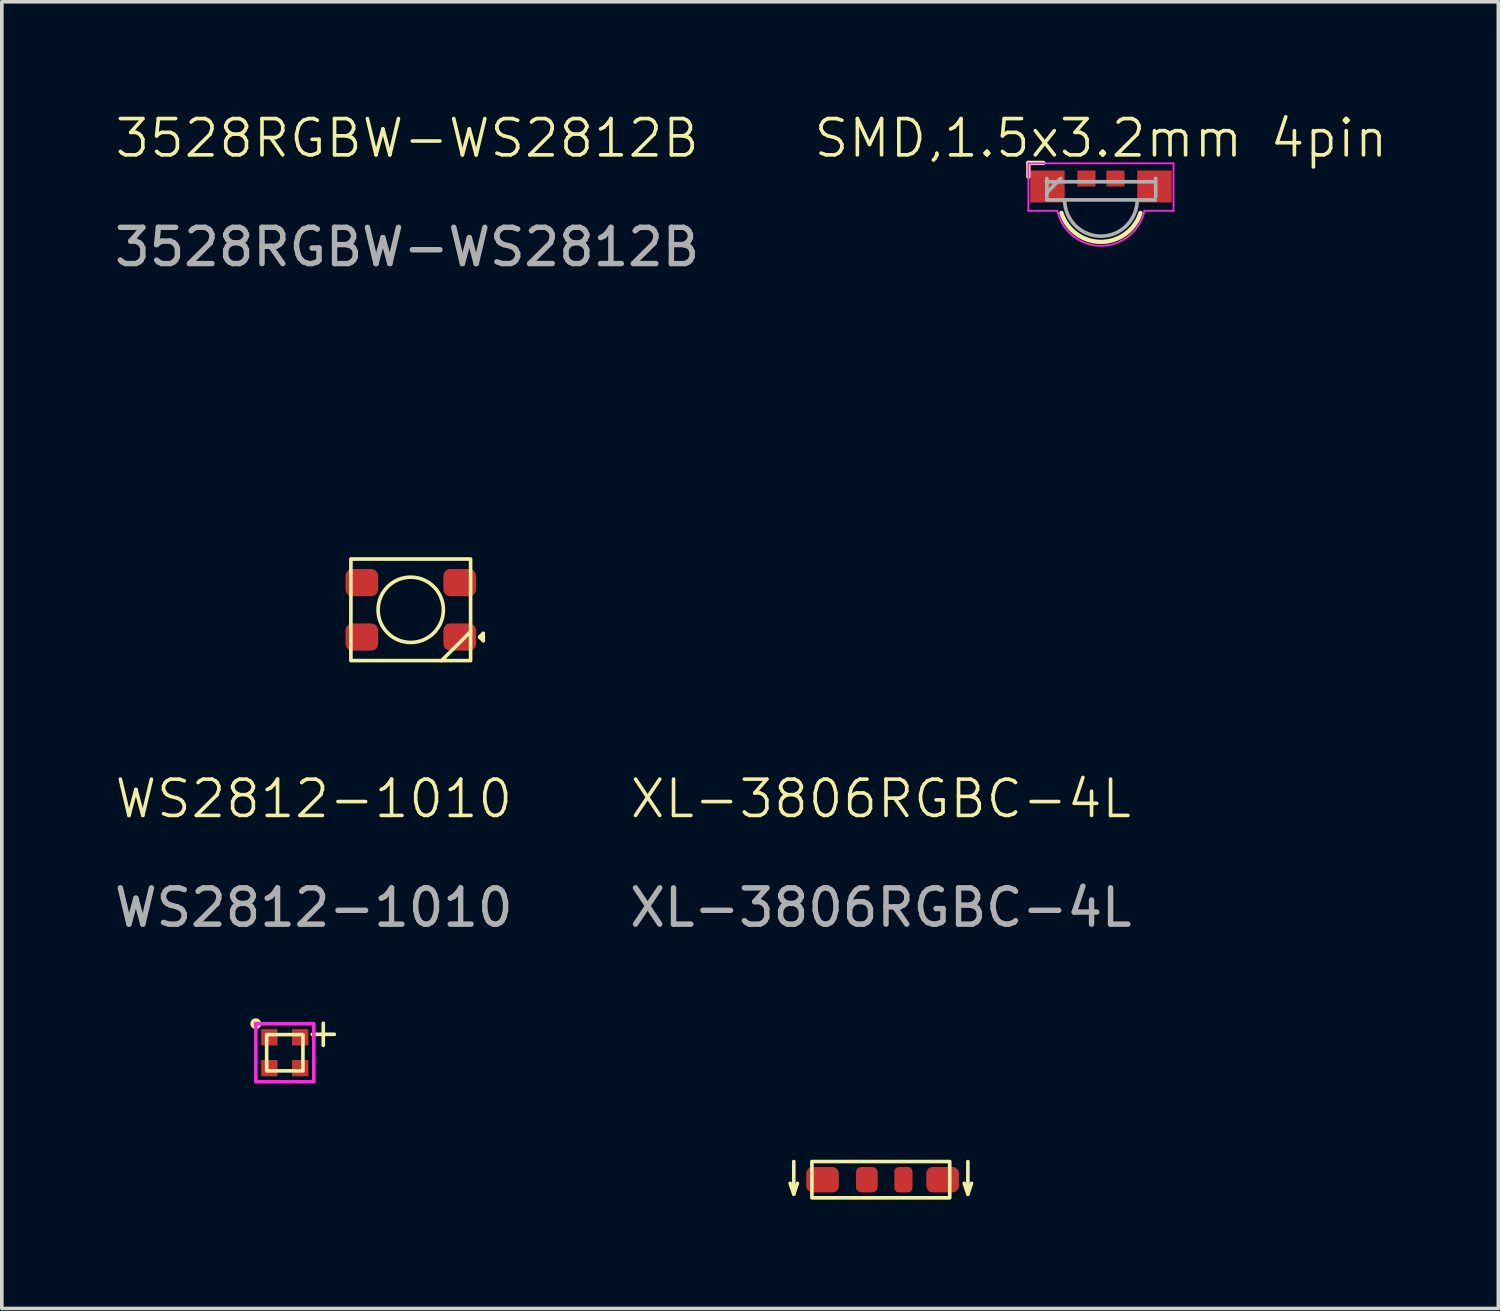
<source format=kicad_pcb>
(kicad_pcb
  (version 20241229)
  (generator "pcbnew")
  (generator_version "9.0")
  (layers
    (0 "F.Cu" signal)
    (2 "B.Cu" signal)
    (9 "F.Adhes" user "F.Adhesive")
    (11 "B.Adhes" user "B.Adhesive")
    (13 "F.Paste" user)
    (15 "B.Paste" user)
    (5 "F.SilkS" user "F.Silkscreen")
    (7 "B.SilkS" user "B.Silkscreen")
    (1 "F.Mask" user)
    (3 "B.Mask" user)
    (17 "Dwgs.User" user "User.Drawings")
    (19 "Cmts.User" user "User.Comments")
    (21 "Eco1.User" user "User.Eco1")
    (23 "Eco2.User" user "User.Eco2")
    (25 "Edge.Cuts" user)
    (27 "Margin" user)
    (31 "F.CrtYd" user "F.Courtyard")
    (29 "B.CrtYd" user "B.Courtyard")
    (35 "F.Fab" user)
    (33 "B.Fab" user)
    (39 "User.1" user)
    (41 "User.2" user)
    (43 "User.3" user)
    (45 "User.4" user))
  (footprint "SMD,1.5x3.2mm 4pin"
    (layer "F.Cu")
    (at 27.3 1.861)
    (property "Reference" "SMD,1.5x3.2mm 4pin" (at 0 -1.1 0) (unlocked yes) (layer "F.SilkS") (effects (font (size 1 1) (thickness 0.1))))
    (attr smd)
    (fp_line (start -2 -0.42) (end -1.59 -0.42) (stroke (width 0.12) (type solid)) (layer "F.SilkS"))
    (fp_line (start -2 -0.04) (end -2 -0.42) (stroke (width 0.12) (type solid)) (layer "F.SilkS"))
    (fp_arc (start 1.09 0.96) (mid 0 1.757104) (end -1.09 0.96) (stroke (width 0.12) (type solid)) (layer "F.SilkS"))
    (fp_line (start -2 -0.41) (end -2 0.9) (stroke (width 0.05) (type solid)) (layer "F.CrtYd"))
    (fp_line (start -1.2 0.9) (end -2 0.9) (stroke (width 0.05) (type solid)) (layer "F.CrtYd"))
    (fp_line (start 2 -0.41) (end -2 -0.41) (stroke (width 0.05) (type solid)) (layer "F.CrtYd"))
    (fp_line (start 2 -0.41) (end 2 0.9) (stroke (width 0.05) (type solid)) (layer "F.CrtYd"))
    (fp_line (start 2 0.9) (end 1.2 0.9) (stroke (width 0.05) (type solid)) (layer "F.CrtYd"))
    (fp_arc (start 1.199999 0.9) (mid 0 1.865789) (end -1.199999 0.9) (stroke (width 0.05) (type solid)) (layer "F.CrtYd"))
    (fp_line (start -1.5 0.6) (end 1.5 0.6) (stroke (width 0.1) (type solid)) (layer "F.Fab"))
    (fp_line (start -1.49 0.01) (end -1.49 0.51) (stroke (width 0.1) (type solid)) (layer "F.Fab"))
    (fp_line (start -1.49 0.4) (end -1.11 0.01) (stroke (width 0.1) (type solid)) (layer "F.Fab"))
    (fp_line (start 1.5 0.1) (end -1.5 0.1) (stroke (width 0.1) (type solid)) (layer "F.Fab"))
    (fp_line (start 1.51 0.51) (end 1.51 0.01) (stroke (width 0.1) (type solid)) (layer "F.Fab"))
    (fp_arc (start 1 0.6) (mid 0 1.6) (end -1 0.6) (stroke (width 0.1) (type solid)) (layer "F.Fab"))
    (pad "1" smd rect (at -0.4 0.01) (size 0.5 0.44) (layers "F.Cu" "F.Mask" "F.Paste"))
    (pad "2" smd rect (at 0.4 0.01) (size 0.5 0.44) (layers "F.Cu" "F.Mask" "F.Paste"))
    (pad "3" smd rect (at -1.475 0.23) (size 0.95 0.88) (layers "F.Cu" "F.Mask" "F.Paste"))
    (pad "4" smd rect (at 1.475 0.23) (size 0.95 0.88) (layers "F.Cu" "F.Mask" "F.Paste")))
  (footprint "WS2812-1010"
    (layer "F.Cu")
    (at 4.801 25.971)
    (property "Reference" "WS2812-1010" (at 0.8 -7 0) (unlocked yes) (layer "F.SilkS") (effects (font (size 1 1) (thickness 0.1))))
    (attr smd)
    (fp_rect (start -0.5 -0.5) (end 0.5 0.5) (stroke (width 0.1) (type default)) (fill no) (layer "F.SilkS"))
    (fp_circle (center -0.8 -0.8) (end -0.7 -0.8) (stroke (width 0.1) (type default)) (fill no) (layer "F.SilkS"))
    (fp_rect (start -0.8 -0.8) (end 0.8 0.8) (stroke (width 0.1) (type default)) (fill no) (layer "F.CrtYd"))
    (fp_text user "+" (at 0.5 -0.1 0) (unlocked yes) (layer "F.SilkS") (effects (font (size 0.8 0.8) (thickness 0.1)) (justify left bottom)))
    (fp_text user "${REFERENCE}" (at 0.8 -4 0) (unlocked yes) (layer "F.Fab") (effects (font (size 1 1) (thickness 0.15))))
    (pad "1" smd rect (at -0.425 -0.425) (size 0.45 0.45) (layers "F.Cu" "F.Mask" "F.Paste"))
    (pad "2" smd rect (at 0.425 -0.425) (size 0.45 0.45) (layers "F.Cu" "F.Mask" "F.Paste"))
    (pad "3" smd rect (at -0.425 0.425) (size 0.45 0.45) (layers "F.Cu" "F.Mask" "F.Paste"))
    (pad "4" smd rect (at 0.425 0.425) (size 0.45 0.45) (layers "F.Cu" "F.Mask" "F.Paste")))
  (footprint "XL-3806RGBC-4L"
    (layer "F.Cu")
    (at 21.232 29.471)
    (property "Reference" "XL-3806RGBC-4L" (at 0 -10.5 0) (unlocked yes) (layer "F.SilkS") (effects (font (size 1 1) (thickness 0.1))))
    (attr smd)
    (fp_line (start -2.4 -0.5) (end -2.4 0.3) (stroke (width 0.1) (type default)) (layer "F.SilkS"))
    (fp_line (start -2.4 0.4) (end -2.5 0.1) (stroke (width 0.1) (type default)) (layer "F.SilkS"))
    (fp_line (start -2.4 0.4) (end -2.3 0.1) (stroke (width 0.1) (type default)) (layer "F.SilkS"))
    (fp_line (start 2.4 -0.5) (end 2.4 0.3) (stroke (width 0.1) (type default)) (layer "F.SilkS"))
    (fp_line (start 2.4 0.4) (end 2.3 0.1) (stroke (width 0.1) (type default)) (layer "F.SilkS"))
    (fp_line (start 2.4 0.4) (end 2.5 0.1) (stroke (width 0.1) (type default)) (layer "F.SilkS"))
    (fp_rect (start -1.9 -0.5) (end 1.9 0.5) (stroke (width 0.1) (type default)) (fill no) (layer "F.SilkS"))
    (fp_text user "${REFERENCE}" (at 0 -7.5 0) (unlocked yes) (layer "F.Fab") (effects (font (size 1 1) (thickness 0.15))))
    (pad "1" smd roundrect (at -0.387 0 180) (size 0.6 0.7) (layers "F.Cu" "F.Mask" "F.Paste") (roundrect_rratio 0.25))
    (pad "2" smd roundrect (at -1.607 0) (size 0.9 0.7) (layers "F.Cu" "F.Mask" "F.Paste") (roundrect_rratio 0.25))
    (pad "3" smd roundrect (at 0.623 0 180) (size 0.5 0.7) (layers "F.Cu" "F.Mask" "F.Paste") (roundrect_rratio 0.25))
    (pad "4" smd roundrect (at 1.703 0) (size 0.9 0.7) (layers "F.Cu" "F.Mask" "F.Paste") (roundrect_rratio 0.25)))
  (footprint "3528RGBW-WS2812B"
    (layer "F.Cu")
    (at 8.273 13.761)
    (property "Reference" "3528RGBW-WS2812B" (at -0.1 -13 0) (unlocked yes) (layer "F.SilkS") (effects (font (size 1 1) (thickness 0.1))))
    (attr smd)
    (fp_line (start 0.85 1.4) (end 1.65 0.6) (stroke (width 0.1) (type default)) (layer "F.SilkS"))
    (fp_line (start 1.9 0.75) (end 2 0.65) (stroke (width 0.1) (type default)) (layer "F.SilkS"))
    (fp_line (start 2 0.65) (end 2 0.85) (stroke (width 0.1) (type default)) (layer "F.SilkS"))
    (fp_line (start 2 0.85) (end 1.9 0.75) (stroke (width 0.1) (type default)) (layer "F.SilkS"))
    (fp_rect (start -1.65 -1.4) (end 1.65 1.4) (stroke (width 0.1) (type default)) (fill no) (layer "F.SilkS"))
    (fp_circle (center 0 0) (end 0.9 0) (stroke (width 0.1) (type default)) (fill no) (layer "F.SilkS"))
    (fp_text user "${REFERENCE}" (at -0.1 -10 0) (unlocked yes) (layer "F.Fab") (effects (font (size 1 1) (thickness 0.15))))
    (pad "1" smd roundrect (at 1.35 0.75) (size 0.9 0.75) (layers "F.Cu" "F.Mask" "F.Paste") (roundrect_rratio 0.25))
    (pad "2" smd roundrect (at 1.35 -0.75) (size 0.9 0.75) (layers "F.Cu" "F.Mask" "F.Paste") (roundrect_rratio 0.25))
    (pad "3" smd roundrect (at -1.35 -0.75) (size 0.9 0.75) (layers "F.Cu" "F.Mask" "F.Paste") (roundrect_rratio 0.25))
    (pad "4" smd roundrect (at -1.35 0.75) (size 0.9 0.75) (layers "F.Cu" "F.Mask" "F.Paste") (roundrect_rratio 0.25)))
  (gr_rect
    (start -3 -3)
    (end 38.255 33.021)
    (stroke (width 0.1) (type default))
    (fill no)
    (layer "Edge.Cuts")))
</source>
